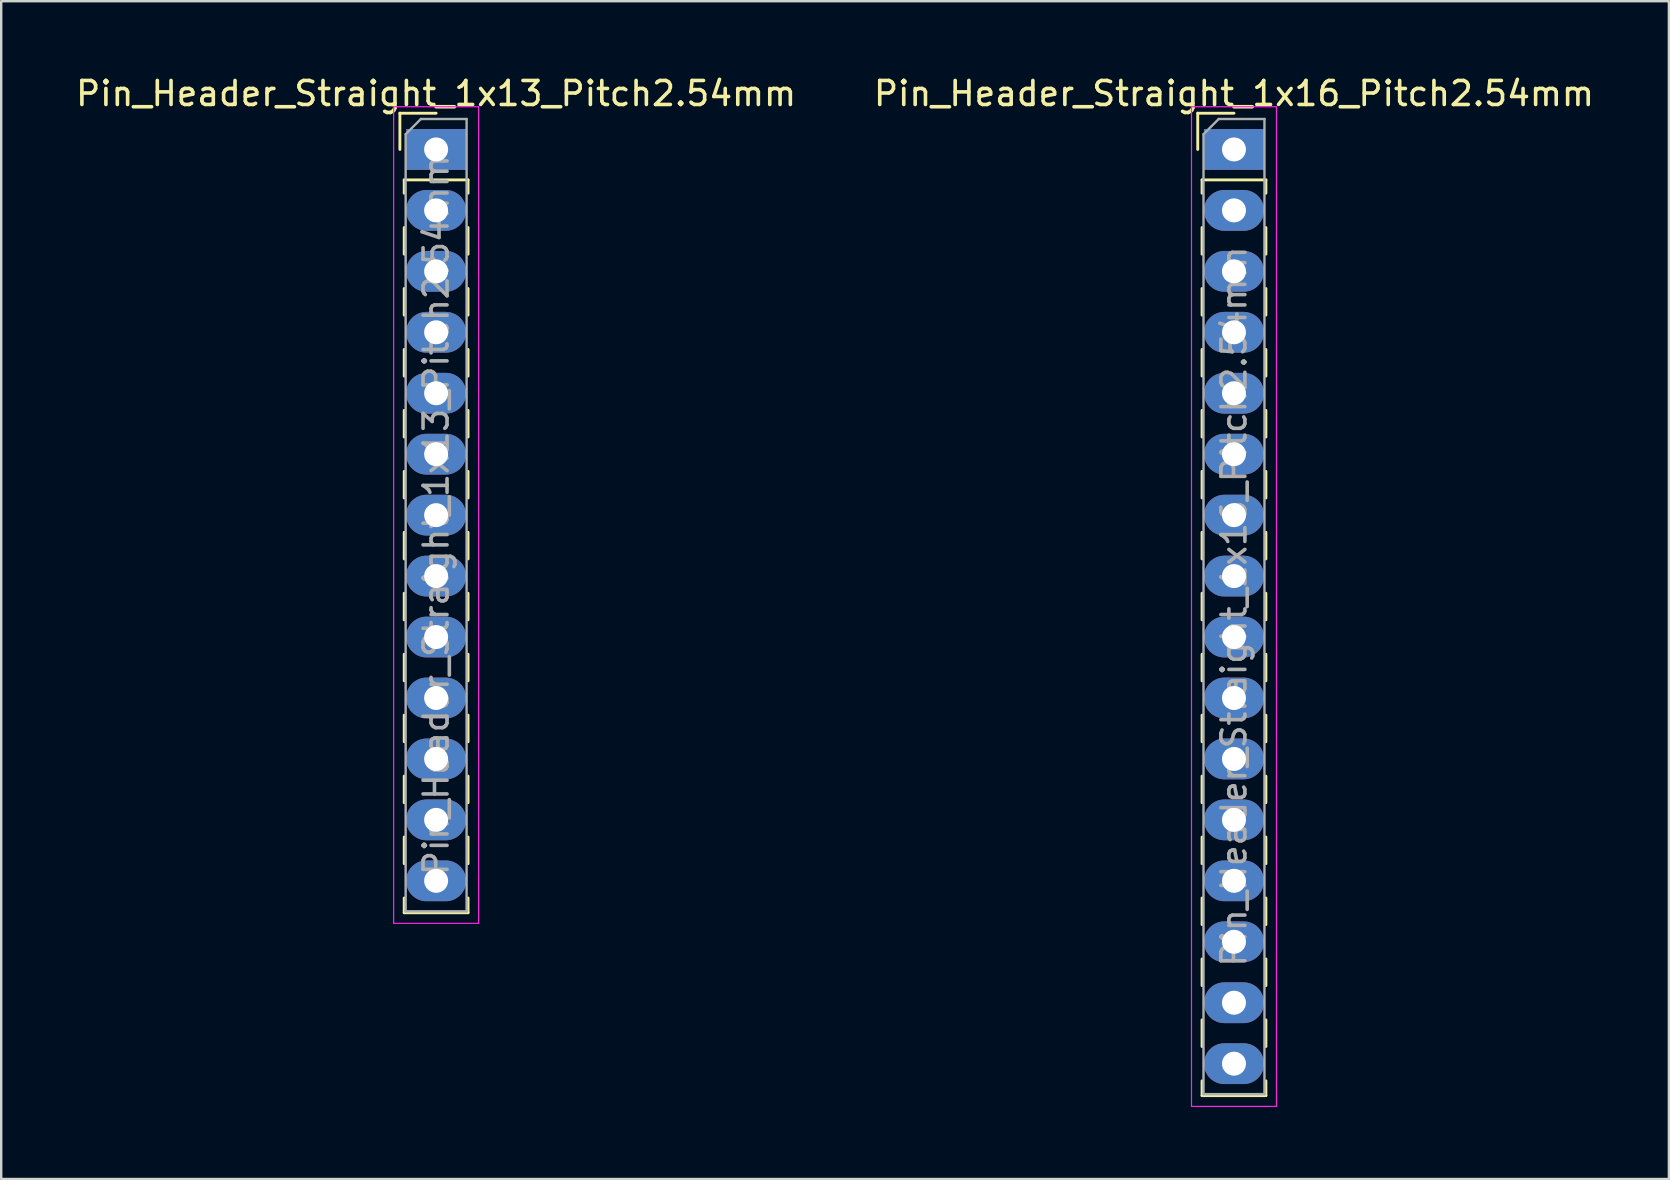
<source format=kicad_pcb>
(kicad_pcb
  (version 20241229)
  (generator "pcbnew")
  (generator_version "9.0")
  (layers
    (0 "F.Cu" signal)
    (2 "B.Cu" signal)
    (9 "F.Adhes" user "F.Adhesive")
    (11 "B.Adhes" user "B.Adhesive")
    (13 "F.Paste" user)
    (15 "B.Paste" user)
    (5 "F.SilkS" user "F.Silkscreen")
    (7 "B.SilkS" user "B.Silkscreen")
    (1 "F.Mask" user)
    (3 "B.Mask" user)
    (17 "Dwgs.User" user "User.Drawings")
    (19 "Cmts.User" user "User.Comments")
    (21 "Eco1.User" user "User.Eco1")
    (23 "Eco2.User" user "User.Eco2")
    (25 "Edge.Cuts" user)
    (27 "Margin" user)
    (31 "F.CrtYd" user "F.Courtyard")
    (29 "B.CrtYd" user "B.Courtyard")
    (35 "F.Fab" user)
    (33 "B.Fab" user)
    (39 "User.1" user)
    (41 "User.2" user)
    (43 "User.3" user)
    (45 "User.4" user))
  (footprint "Pin_Header_Straight_1x13_Pitch2.54mm"
    (layer "F.Cu")
    (at 15.125 3.178)
    (property "Reference" "Pin_Header_Straight_1x13_Pitch2.54mm" (at 0 -2.33 0) (layer "F.SilkS") (effects (font (size 1 1) (thickness 0.15))))
    (attr through_hole)
    (fp_line (start -1.51 -1.51) (end 0 -1.51) (stroke (width 0.12) (type solid)) (layer "F.SilkS"))
    (fp_line (start -1.51 0) (end -1.51 -1.51) (stroke (width 0.12) (type solid)) (layer "F.SilkS"))
    (fp_line (start -1.33 1.27) (end -1.33 1.825) (stroke (width 0.12) (type solid)) (layer "F.SilkS"))
    (fp_line (start -1.33 1.27) (end 1.33 1.27) (stroke (width 0.12) (type solid)) (layer "F.SilkS"))
    (fp_line (start -1.33 3.255) (end -1.33 4.365) (stroke (width 0.12) (type solid)) (layer "F.SilkS"))
    (fp_line (start -1.33 5.795) (end -1.33 6.905) (stroke (width 0.12) (type solid)) (layer "F.SilkS"))
    (fp_line (start -1.33 8.335) (end -1.33 9.445) (stroke (width 0.12) (type solid)) (layer "F.SilkS"))
    (fp_line (start -1.33 10.875) (end -1.33 11.985) (stroke (width 0.12) (type solid)) (layer "F.SilkS"))
    (fp_line (start -1.33 13.415) (end -1.33 14.525) (stroke (width 0.12) (type solid)) (layer "F.SilkS"))
    (fp_line (start -1.33 15.955) (end -1.33 17.065) (stroke (width 0.12) (type solid)) (layer "F.SilkS"))
    (fp_line (start -1.33 18.495) (end -1.33 19.605) (stroke (width 0.12) (type solid)) (layer "F.SilkS"))
    (fp_line (start -1.33 21.035) (end -1.33 22.145) (stroke (width 0.12) (type solid)) (layer "F.SilkS"))
    (fp_line (start -1.33 23.575) (end -1.33 24.685) (stroke (width 0.12) (type solid)) (layer "F.SilkS"))
    (fp_line (start -1.33 26.115) (end -1.33 27.225) (stroke (width 0.12) (type solid)) (layer "F.SilkS"))
    (fp_line (start -1.33 28.655) (end -1.33 29.765) (stroke (width 0.12) (type solid)) (layer "F.SilkS"))
    (fp_line (start -1.33 31.195) (end -1.33 31.81) (stroke (width 0.12) (type solid)) (layer "F.SilkS"))
    (fp_line (start -1.33 31.81) (end 1.33 31.81) (stroke (width 0.12) (type solid)) (layer "F.SilkS"))
    (fp_line (start 1.33 1.27) (end 1.33 1.825) (stroke (width 0.12) (type solid)) (layer "F.SilkS"))
    (fp_line (start 1.33 3.255) (end 1.33 4.365) (stroke (width 0.12) (type solid)) (layer "F.SilkS"))
    (fp_line (start 1.33 5.795) (end 1.33 6.905) (stroke (width 0.12) (type solid)) (layer "F.SilkS"))
    (fp_line (start 1.33 8.335) (end 1.33 9.445) (stroke (width 0.12) (type solid)) (layer "F.SilkS"))
    (fp_line (start 1.33 10.875) (end 1.33 11.985) (stroke (width 0.12) (type solid)) (layer "F.SilkS"))
    (fp_line (start 1.33 13.415) (end 1.33 14.525) (stroke (width 0.12) (type solid)) (layer "F.SilkS"))
    (fp_line (start 1.33 15.955) (end 1.33 17.065) (stroke (width 0.12) (type solid)) (layer "F.SilkS"))
    (fp_line (start 1.33 18.495) (end 1.33 19.605) (stroke (width 0.12) (type solid)) (layer "F.SilkS"))
    (fp_line (start 1.33 21.035) (end 1.33 22.145) (stroke (width 0.12) (type solid)) (layer "F.SilkS"))
    (fp_line (start 1.33 23.575) (end 1.33 24.685) (stroke (width 0.12) (type solid)) (layer "F.SilkS"))
    (fp_line (start 1.33 26.115) (end 1.33 27.225) (stroke (width 0.12) (type solid)) (layer "F.SilkS"))
    (fp_line (start 1.33 28.655) (end 1.33 29.765) (stroke (width 0.12) (type solid)) (layer "F.SilkS"))
    (fp_line (start 1.33 31.195) (end 1.33 31.81) (stroke (width 0.12) (type solid)) (layer "F.SilkS"))
    (fp_line (start -1.77 -1.78) (end -1.77 32.25) (stroke (width 0.05) (type solid)) (layer "F.CrtYd"))
    (fp_line (start -1.77 32.25) (end 1.77 32.25) (stroke (width 0.05) (type solid)) (layer "F.CrtYd"))
    (fp_line (start 1.77 -1.78) (end -1.77 -1.78) (stroke (width 0.05) (type solid)) (layer "F.CrtYd"))
    (fp_line (start 1.77 32.25) (end 1.77 -1.78) (stroke (width 0.05) (type solid)) (layer "F.CrtYd"))
    (fp_line (start -1.27 -0.635) (end -0.635 -1.27) (stroke (width 0.1) (type solid)) (layer "F.Fab"))
    (fp_line (start -1.27 31.75) (end -1.27 -0.635) (stroke (width 0.1) (type solid)) (layer "F.Fab"))
    (fp_line (start -0.635 -1.27) (end 1.27 -1.27) (stroke (width 0.1) (type solid)) (layer "F.Fab"))
    (fp_line (start 1.27 -1.27) (end 1.27 31.75) (stroke (width 0.1) (type solid)) (layer "F.Fab"))
    (fp_line (start 1.27 31.75) (end -1.27 31.75) (stroke (width 0.1) (type solid)) (layer "F.Fab"))
    (fp_text user "${REFERENCE}" (at 0 15.24 90) (layer "F.Fab") (effects (font (size 1 1) (thickness 0.15))))
    (pad "1" thru_hole rect (at 0 0) (size 2.5 1.7) (drill 1) (layers "*.Cu" "*.Mask"))
    (pad "2" thru_hole oval (at 0 2.54) (size 2.5 1.7) (drill 1) (layers "*.Cu" "*.Mask"))
    (pad "3" thru_hole oval (at 0 5.08) (size 2.5 1.7) (drill 1) (layers "*.Cu" "*.Mask"))
    (pad "4" thru_hole oval (at 0 7.62) (size 2.5 1.7) (drill 1) (layers "*.Cu" "*.Mask"))
    (pad "5" thru_hole oval (at 0 10.16) (size 2.5 1.7) (drill 1) (layers "*.Cu" "*.Mask"))
    (pad "6" thru_hole oval (at 0 12.7) (size 2.5 1.7) (drill 1) (layers "*.Cu" "*.Mask"))
    (pad "7" thru_hole oval (at 0 15.24) (size 2.5 1.7) (drill 1) (layers "*.Cu" "*.Mask"))
    (pad "8" thru_hole oval (at 0 17.78) (size 2.5 1.7) (drill 1) (layers "*.Cu" "*.Mask"))
    (pad "9" thru_hole oval (at 0 20.32) (size 2.5 1.7) (drill 1) (layers "*.Cu" "*.Mask"))
    (pad "10" thru_hole oval (at 0 22.86) (size 2.5 1.7) (drill 1) (layers "*.Cu" "*.Mask"))
    (pad "11" thru_hole oval (at 0 25.4) (size 2.5 1.7) (drill 1) (layers "*.Cu" "*.Mask"))
    (pad "12" thru_hole oval (at 0 27.94) (size 2.5 1.7) (drill 1) (layers "*.Cu" "*.Mask"))
    (pad "13" thru_hole oval (at 0 30.48) (size 2.5 1.7) (drill 1) (layers "*.Cu" "*.Mask")))
  (footprint "Pin_Header_Straight_1x16_Pitch2.54mm"
    (layer "F.Cu")
    (at 48.375 3.178)
    (property "Reference" "Pin_Header_Straight_1x16_Pitch2.54mm" (at 0 -2.33 0) (layer "F.SilkS") (effects (font (size 1 1) (thickness 0.15))))
    (attr through_hole)
    (fp_line (start -1.51 -1.51) (end 0 -1.51) (stroke (width 0.12) (type solid)) (layer "F.SilkS"))
    (fp_line (start -1.51 0) (end -1.51 -1.51) (stroke (width 0.12) (type solid)) (layer "F.SilkS"))
    (fp_line (start -1.33 1.27) (end -1.33 1.825) (stroke (width 0.12) (type solid)) (layer "F.SilkS"))
    (fp_line (start -1.33 1.27) (end 1.33 1.27) (stroke (width 0.12) (type solid)) (layer "F.SilkS"))
    (fp_line (start -1.33 3.255) (end -1.33 4.365) (stroke (width 0.12) (type solid)) (layer "F.SilkS"))
    (fp_line (start -1.33 5.795) (end -1.33 6.905) (stroke (width 0.12) (type solid)) (layer "F.SilkS"))
    (fp_line (start -1.33 8.335) (end -1.33 9.445) (stroke (width 0.12) (type solid)) (layer "F.SilkS"))
    (fp_line (start -1.33 10.875) (end -1.33 11.985) (stroke (width 0.12) (type solid)) (layer "F.SilkS"))
    (fp_line (start -1.33 13.415) (end -1.33 14.525) (stroke (width 0.12) (type solid)) (layer "F.SilkS"))
    (fp_line (start -1.33 15.955) (end -1.33 17.065) (stroke (width 0.12) (type solid)) (layer "F.SilkS"))
    (fp_line (start -1.33 18.495) (end -1.33 19.605) (stroke (width 0.12) (type solid)) (layer "F.SilkS"))
    (fp_line (start -1.33 21.035) (end -1.33 22.145) (stroke (width 0.12) (type solid)) (layer "F.SilkS"))
    (fp_line (start -1.33 23.575) (end -1.33 24.685) (stroke (width 0.12) (type solid)) (layer "F.SilkS"))
    (fp_line (start -1.33 26.115) (end -1.33 27.225) (stroke (width 0.12) (type solid)) (layer "F.SilkS"))
    (fp_line (start -1.33 28.655) (end -1.33 29.765) (stroke (width 0.12) (type solid)) (layer "F.SilkS"))
    (fp_line (start -1.33 31.195) (end -1.33 32.305) (stroke (width 0.12) (type solid)) (layer "F.SilkS"))
    (fp_line (start -1.33 33.735) (end -1.33 34.845) (stroke (width 0.12) (type solid)) (layer "F.SilkS"))
    (fp_line (start -1.33 36.275) (end -1.33 37.385) (stroke (width 0.12) (type solid)) (layer "F.SilkS"))
    (fp_line (start -1.33 38.815) (end -1.33 39.43) (stroke (width 0.12) (type solid)) (layer "F.SilkS"))
    (fp_line (start -1.33 39.43) (end 1.33 39.43) (stroke (width 0.12) (type solid)) (layer "F.SilkS"))
    (fp_line (start 1.33 1.27) (end 1.33 1.825) (stroke (width 0.12) (type solid)) (layer "F.SilkS"))
    (fp_line (start 1.33 3.255) (end 1.33 4.365) (stroke (width 0.12) (type solid)) (layer "F.SilkS"))
    (fp_line (start 1.33 5.795) (end 1.33 6.905) (stroke (width 0.12) (type solid)) (layer "F.SilkS"))
    (fp_line (start 1.33 8.335) (end 1.33 9.445) (stroke (width 0.12) (type solid)) (layer "F.SilkS"))
    (fp_line (start 1.33 10.875) (end 1.33 11.985) (stroke (width 0.12) (type solid)) (layer "F.SilkS"))
    (fp_line (start 1.33 13.415) (end 1.33 14.525) (stroke (width 0.12) (type solid)) (layer "F.SilkS"))
    (fp_line (start 1.33 15.955) (end 1.33 17.065) (stroke (width 0.12) (type solid)) (layer "F.SilkS"))
    (fp_line (start 1.33 18.495) (end 1.33 19.605) (stroke (width 0.12) (type solid)) (layer "F.SilkS"))
    (fp_line (start 1.33 21.035) (end 1.33 22.145) (stroke (width 0.12) (type solid)) (layer "F.SilkS"))
    (fp_line (start 1.33 23.575) (end 1.33 24.685) (stroke (width 0.12) (type solid)) (layer "F.SilkS"))
    (fp_line (start 1.33 26.115) (end 1.33 27.225) (stroke (width 0.12) (type solid)) (layer "F.SilkS"))
    (fp_line (start 1.33 28.655) (end 1.33 29.765) (stroke (width 0.12) (type solid)) (layer "F.SilkS"))
    (fp_line (start 1.33 31.195) (end 1.33 32.305) (stroke (width 0.12) (type solid)) (layer "F.SilkS"))
    (fp_line (start 1.33 33.735) (end 1.33 34.845) (stroke (width 0.12) (type solid)) (layer "F.SilkS"))
    (fp_line (start 1.33 36.275) (end 1.33 37.385) (stroke (width 0.12) (type solid)) (layer "F.SilkS"))
    (fp_line (start 1.33 38.815) (end 1.33 39.43) (stroke (width 0.12) (type solid)) (layer "F.SilkS"))
    (fp_line (start -1.77 -1.78) (end -1.77 39.88) (stroke (width 0.05) (type solid)) (layer "F.CrtYd"))
    (fp_line (start -1.77 39.88) (end 1.77 39.88) (stroke (width 0.05) (type solid)) (layer "F.CrtYd"))
    (fp_line (start 1.77 -1.78) (end -1.77 -1.78) (stroke (width 0.05) (type solid)) (layer "F.CrtYd"))
    (fp_line (start 1.77 39.88) (end 1.77 -1.78) (stroke (width 0.05) (type solid)) (layer "F.CrtYd"))
    (fp_line (start -1.27 -0.635) (end -0.635 -1.27) (stroke (width 0.1) (type solid)) (layer "F.Fab"))
    (fp_line (start -1.27 39.37) (end -1.27 -0.635) (stroke (width 0.1) (type solid)) (layer "F.Fab"))
    (fp_line (start -0.635 -1.27) (end 1.27 -1.27) (stroke (width 0.1) (type solid)) (layer "F.Fab"))
    (fp_line (start 1.27 -1.27) (end 1.27 39.37) (stroke (width 0.1) (type solid)) (layer "F.Fab"))
    (fp_line (start 1.27 39.37) (end -1.27 39.37) (stroke (width 0.1) (type solid)) (layer "F.Fab"))
    (fp_text user "${REFERENCE}" (at 0 19.05 90) (layer "F.Fab") (effects (font (size 1 1) (thickness 0.15))))
    (pad "1" thru_hole rect (at 0 0) (size 2.5 1.7) (drill 1) (layers "*.Cu" "*.Mask"))
    (pad "2" thru_hole oval (at 0 2.54) (size 2.5 1.7) (drill 1) (layers "*.Cu" "*.Mask"))
    (pad "3" thru_hole oval (at 0 5.08) (size 2.5 1.7) (drill 1) (layers "*.Cu" "*.Mask"))
    (pad "4" thru_hole oval (at 0 7.62) (size 2.5 1.7) (drill 1) (layers "*.Cu" "*.Mask"))
    (pad "5" thru_hole oval (at 0 10.16) (size 2.5 1.7) (drill 1) (layers "*.Cu" "*.Mask"))
    (pad "6" thru_hole oval (at 0 12.7) (size 2.5 1.7) (drill 1) (layers "*.Cu" "*.Mask"))
    (pad "7" thru_hole oval (at 0 15.24) (size 2.5 1.7) (drill 1) (layers "*.Cu" "*.Mask"))
    (pad "8" thru_hole oval (at 0 17.78) (size 2.5 1.7) (drill 1) (layers "*.Cu" "*.Mask"))
    (pad "9" thru_hole oval (at 0 20.32) (size 2.5 1.7) (drill 1) (layers "*.Cu" "*.Mask"))
    (pad "10" thru_hole oval (at 0 22.86) (size 2.5 1.7) (drill 1) (layers "*.Cu" "*.Mask"))
    (pad "11" thru_hole oval (at 0 25.4) (size 2.5 1.7) (drill 1) (layers "*.Cu" "*.Mask"))
    (pad "12" thru_hole oval (at 0 27.94) (size 2.5 1.7) (drill 1) (layers "*.Cu" "*.Mask"))
    (pad "13" thru_hole oval (at 0 30.48) (size 2.5 1.7) (drill 1) (layers "*.Cu" "*.Mask"))
    (pad "14" thru_hole oval (at 0 33.02) (size 2.5 1.7) (drill 1) (layers "*.Cu" "*.Mask"))
    (pad "15" thru_hole oval (at 0 35.56) (size 2.5 1.7) (drill 1) (layers "*.Cu" "*.Mask"))
    (pad "16" thru_hole oval (at 0 38.1) (size 2.5 1.7) (drill 1) (layers "*.Cu" "*.Mask")))
  (gr_rect
    (start -3 -3)
    (end 66.5 46.083)
    (stroke (width 0.1) (type default))
    (fill no)
    (layer "Edge.Cuts")))
</source>
